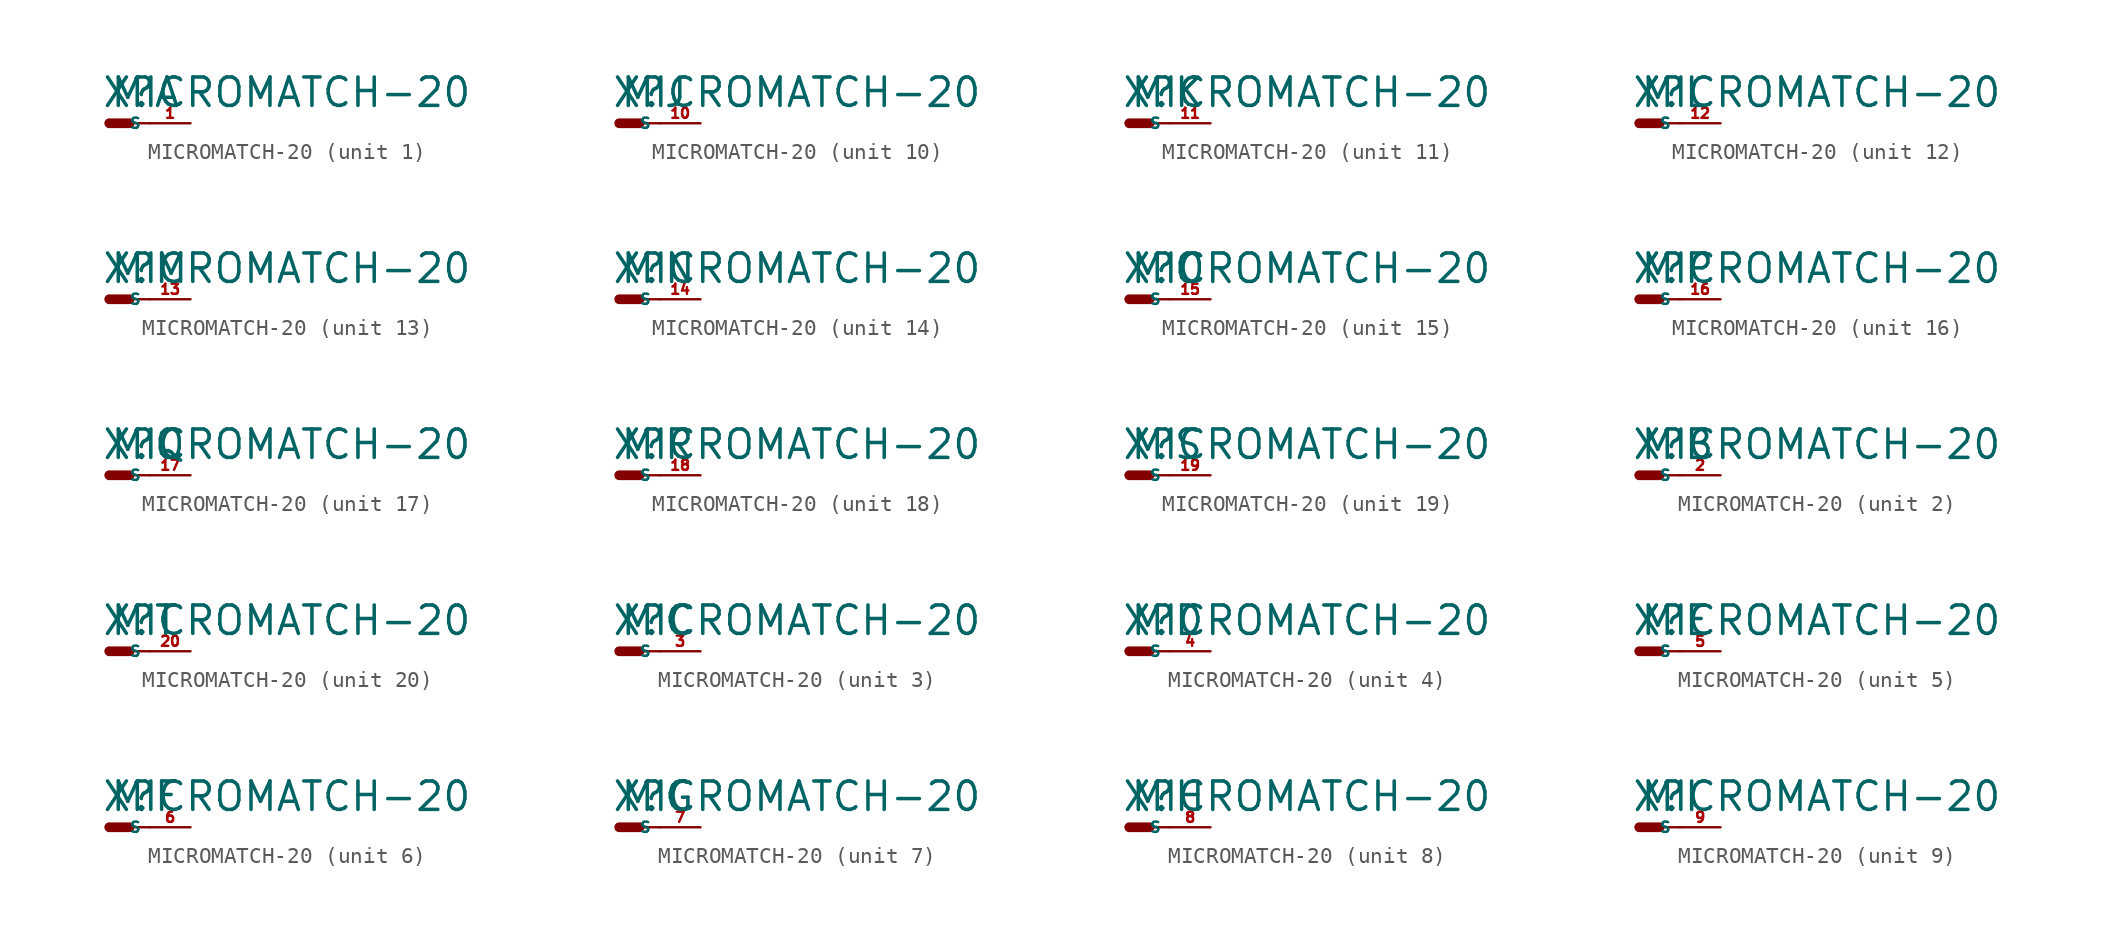
<source format=kicad_sym>
(kicad_symbol_lib
  (version 20220914)
  (generator Eagle2Kicad)
  (symbol "MICROMATCH-20"
    (property "Reference" "X"
      (at -0.508 0.889 0)
      (effects (font (size 1.778 1.778) (thickness 0.22)) (justify left bottom)))
    (property "Value" "MICROMATCH-20"
      (at 0 0.889 0)
      (effects (font (size 1.778 1.778) (thickness 0.22)) (justify left bottom)))
    (symbol "MICROMATCH-20_1_0"
      (polyline (pts (xy 1.27 0) (xy 2.54 0)) (stroke (width 0.152) (type default)) (fill (type none)))
      (polyline (pts (xy 0 0) (xy 1.27 0)) (stroke (width 0.61) (type default)) (fill (type none)))
      (pin passive line (at 5.08 0 180) (length 2.54) (name "S" (effects (font (size 0.635 0.635) (thickness 0.08)) (justify left bottom))) (number "1" (effects (font (size 0.635 0.635) (thickness 0.08)) (justify left bottom)))))
    (symbol "MICROMATCH-20_2_0"
      (polyline (pts (xy 1.27 0) (xy 2.54 0)) (stroke (width 0.152) (type default)) (fill (type none)))
      (polyline (pts (xy 0 0) (xy 1.27 0)) (stroke (width 0.61) (type default)) (fill (type none)))
      (pin passive line (at 5.08 0 180) (length 2.54) (name "S" (effects (font (size 0.635 0.635) (thickness 0.08)) (justify left bottom))) (number "2" (effects (font (size 0.635 0.635) (thickness 0.08)) (justify left bottom)))))
    (symbol "MICROMATCH-20_3_0"
      (polyline (pts (xy 1.27 0) (xy 2.54 0)) (stroke (width 0.152) (type default)) (fill (type none)))
      (polyline (pts (xy 0 0) (xy 1.27 0)) (stroke (width 0.61) (type default)) (fill (type none)))
      (pin passive line (at 5.08 0 180) (length 2.54) (name "S" (effects (font (size 0.635 0.635) (thickness 0.08)) (justify left bottom))) (number "3" (effects (font (size 0.635 0.635) (thickness 0.08)) (justify left bottom)))))
    (symbol "MICROMATCH-20_4_0"
      (polyline (pts (xy 1.27 0) (xy 2.54 0)) (stroke (width 0.152) (type default)) (fill (type none)))
      (polyline (pts (xy 0 0) (xy 1.27 0)) (stroke (width 0.61) (type default)) (fill (type none)))
      (pin passive line (at 5.08 0 180) (length 2.54) (name "S" (effects (font (size 0.635 0.635) (thickness 0.08)) (justify left bottom))) (number "4" (effects (font (size 0.635 0.635) (thickness 0.08)) (justify left bottom)))))
    (symbol "MICROMATCH-20_5_0"
      (polyline (pts (xy 1.27 0) (xy 2.54 0)) (stroke (width 0.152) (type default)) (fill (type none)))
      (polyline (pts (xy 0 0) (xy 1.27 0)) (stroke (width 0.61) (type default)) (fill (type none)))
      (pin passive line (at 5.08 0 180) (length 2.54) (name "S" (effects (font (size 0.635 0.635) (thickness 0.08)) (justify left bottom))) (number "5" (effects (font (size 0.635 0.635) (thickness 0.08)) (justify left bottom)))))
    (symbol "MICROMATCH-20_6_0"
      (polyline (pts (xy 1.27 0) (xy 2.54 0)) (stroke (width 0.152) (type default)) (fill (type none)))
      (polyline (pts (xy 0 0) (xy 1.27 0)) (stroke (width 0.61) (type default)) (fill (type none)))
      (pin passive line (at 5.08 0 180) (length 2.54) (name "S" (effects (font (size 0.635 0.635) (thickness 0.08)) (justify left bottom))) (number "6" (effects (font (size 0.635 0.635) (thickness 0.08)) (justify left bottom)))))
    (symbol "MICROMATCH-20_7_0"
      (polyline (pts (xy 1.27 0) (xy 2.54 0)) (stroke (width 0.152) (type default)) (fill (type none)))
      (polyline (pts (xy 0 0) (xy 1.27 0)) (stroke (width 0.61) (type default)) (fill (type none)))
      (pin passive line (at 5.08 0 180) (length 2.54) (name "S" (effects (font (size 0.635 0.635) (thickness 0.08)) (justify left bottom))) (number "7" (effects (font (size 0.635 0.635) (thickness 0.08)) (justify left bottom)))))
    (symbol "MICROMATCH-20_8_0"
      (polyline (pts (xy 1.27 0) (xy 2.54 0)) (stroke (width 0.152) (type default)) (fill (type none)))
      (polyline (pts (xy 0 0) (xy 1.27 0)) (stroke (width 0.61) (type default)) (fill (type none)))
      (pin passive line (at 5.08 0 180) (length 2.54) (name "S" (effects (font (size 0.635 0.635) (thickness 0.08)) (justify left bottom))) (number "8" (effects (font (size 0.635 0.635) (thickness 0.08)) (justify left bottom)))))
    (symbol "MICROMATCH-20_9_0"
      (polyline (pts (xy 1.27 0) (xy 2.54 0)) (stroke (width 0.152) (type default)) (fill (type none)))
      (polyline (pts (xy 0 0) (xy 1.27 0)) (stroke (width 0.61) (type default)) (fill (type none)))
      (pin passive line (at 5.08 0 180) (length 2.54) (name "S" (effects (font (size 0.635 0.635) (thickness 0.08)) (justify left bottom))) (number "9" (effects (font (size 0.635 0.635) (thickness 0.08)) (justify left bottom)))))
    (symbol "MICROMATCH-20_10_0"
      (polyline (pts (xy 1.27 0) (xy 2.54 0)) (stroke (width 0.152) (type default)) (fill (type none)))
      (polyline (pts (xy 0 0) (xy 1.27 0)) (stroke (width 0.61) (type default)) (fill (type none)))
      (pin passive line (at 5.08 0 180) (length 2.54) (name "S" (effects (font (size 0.635 0.635) (thickness 0.08)) (justify left bottom))) (number "10" (effects (font (size 0.635 0.635) (thickness 0.08)) (justify left bottom)))))
    (symbol "MICROMATCH-20_11_0"
      (polyline (pts (xy 1.27 0) (xy 2.54 0)) (stroke (width 0.152) (type default)) (fill (type none)))
      (polyline (pts (xy 0 0) (xy 1.27 0)) (stroke (width 0.61) (type default)) (fill (type none)))
      (pin passive line (at 5.08 0 180) (length 2.54) (name "S" (effects (font (size 0.635 0.635) (thickness 0.08)) (justify left bottom))) (number "11" (effects (font (size 0.635 0.635) (thickness 0.08)) (justify left bottom)))))
    (symbol "MICROMATCH-20_12_0"
      (polyline (pts (xy 1.27 0) (xy 2.54 0)) (stroke (width 0.152) (type default)) (fill (type none)))
      (polyline (pts (xy 0 0) (xy 1.27 0)) (stroke (width 0.61) (type default)) (fill (type none)))
      (pin passive line (at 5.08 0 180) (length 2.54) (name "S" (effects (font (size 0.635 0.635) (thickness 0.08)) (justify left bottom))) (number "12" (effects (font (size 0.635 0.635) (thickness 0.08)) (justify left bottom)))))
    (symbol "MICROMATCH-20_13_0"
      (polyline (pts (xy 1.27 0) (xy 2.54 0)) (stroke (width 0.152) (type default)) (fill (type none)))
      (polyline (pts (xy 0 0) (xy 1.27 0)) (stroke (width 0.61) (type default)) (fill (type none)))
      (pin passive line (at 5.08 0 180) (length 2.54) (name "S" (effects (font (size 0.635 0.635) (thickness 0.08)) (justify left bottom))) (number "13" (effects (font (size 0.635 0.635) (thickness 0.08)) (justify left bottom)))))
    (symbol "MICROMATCH-20_14_0"
      (polyline (pts (xy 1.27 0) (xy 2.54 0)) (stroke (width 0.152) (type default)) (fill (type none)))
      (polyline (pts (xy 0 0) (xy 1.27 0)) (stroke (width 0.61) (type default)) (fill (type none)))
      (pin passive line (at 5.08 0 180) (length 2.54) (name "S" (effects (font (size 0.635 0.635) (thickness 0.08)) (justify left bottom))) (number "14" (effects (font (size 0.635 0.635) (thickness 0.08)) (justify left bottom)))))
    (symbol "MICROMATCH-20_15_0"
      (polyline (pts (xy 1.27 0) (xy 2.54 0)) (stroke (width 0.152) (type default)) (fill (type none)))
      (polyline (pts (xy 0 0) (xy 1.27 0)) (stroke (width 0.61) (type default)) (fill (type none)))
      (pin passive line (at 5.08 0 180) (length 2.54) (name "S" (effects (font (size 0.635 0.635) (thickness 0.08)) (justify left bottom))) (number "15" (effects (font (size 0.635 0.635) (thickness 0.08)) (justify left bottom)))))
    (symbol "MICROMATCH-20_16_0"
      (polyline (pts (xy 1.27 0) (xy 2.54 0)) (stroke (width 0.152) (type default)) (fill (type none)))
      (polyline (pts (xy 0 0) (xy 1.27 0)) (stroke (width 0.61) (type default)) (fill (type none)))
      (pin passive line (at 5.08 0 180) (length 2.54) (name "S" (effects (font (size 0.635 0.635) (thickness 0.08)) (justify left bottom))) (number "16" (effects (font (size 0.635 0.635) (thickness 0.08)) (justify left bottom)))))
    (symbol "MICROMATCH-20_17_0"
      (polyline (pts (xy 1.27 0) (xy 2.54 0)) (stroke (width 0.152) (type default)) (fill (type none)))
      (polyline (pts (xy 0 0) (xy 1.27 0)) (stroke (width 0.61) (type default)) (fill (type none)))
      (pin passive line (at 5.08 0 180) (length 2.54) (name "S" (effects (font (size 0.635 0.635) (thickness 0.08)) (justify left bottom))) (number "17" (effects (font (size 0.635 0.635) (thickness 0.08)) (justify left bottom)))))
    (symbol "MICROMATCH-20_18_0"
      (polyline (pts (xy 1.27 0) (xy 2.54 0)) (stroke (width 0.152) (type default)) (fill (type none)))
      (polyline (pts (xy 0 0) (xy 1.27 0)) (stroke (width 0.61) (type default)) (fill (type none)))
      (pin passive line (at 5.08 0 180) (length 2.54) (name "S" (effects (font (size 0.635 0.635) (thickness 0.08)) (justify left bottom))) (number "18" (effects (font (size 0.635 0.635) (thickness 0.08)) (justify left bottom)))))
    (symbol "MICROMATCH-20_19_0"
      (polyline (pts (xy 1.27 0) (xy 2.54 0)) (stroke (width 0.152) (type default)) (fill (type none)))
      (polyline (pts (xy 0 0) (xy 1.27 0)) (stroke (width 0.61) (type default)) (fill (type none)))
      (pin passive line (at 5.08 0 180) (length 2.54) (name "S" (effects (font (size 0.635 0.635) (thickness 0.08)) (justify left bottom))) (number "19" (effects (font (size 0.635 0.635) (thickness 0.08)) (justify left bottom)))))
    (symbol "MICROMATCH-20_20_0"
      (polyline (pts (xy 1.27 0) (xy 2.54 0)) (stroke (width 0.152) (type default)) (fill (type none)))
      (polyline (pts (xy 0 0) (xy 1.27 0)) (stroke (width 0.61) (type default)) (fill (type none)))
      (pin passive line (at 5.08 0 180) (length 2.54) (name "S" (effects (font (size 0.635 0.635) (thickness 0.08)) (justify left bottom))) (number "20" (effects (font (size 0.635 0.635) (thickness 0.08)) (justify left bottom)))))))
</source>
